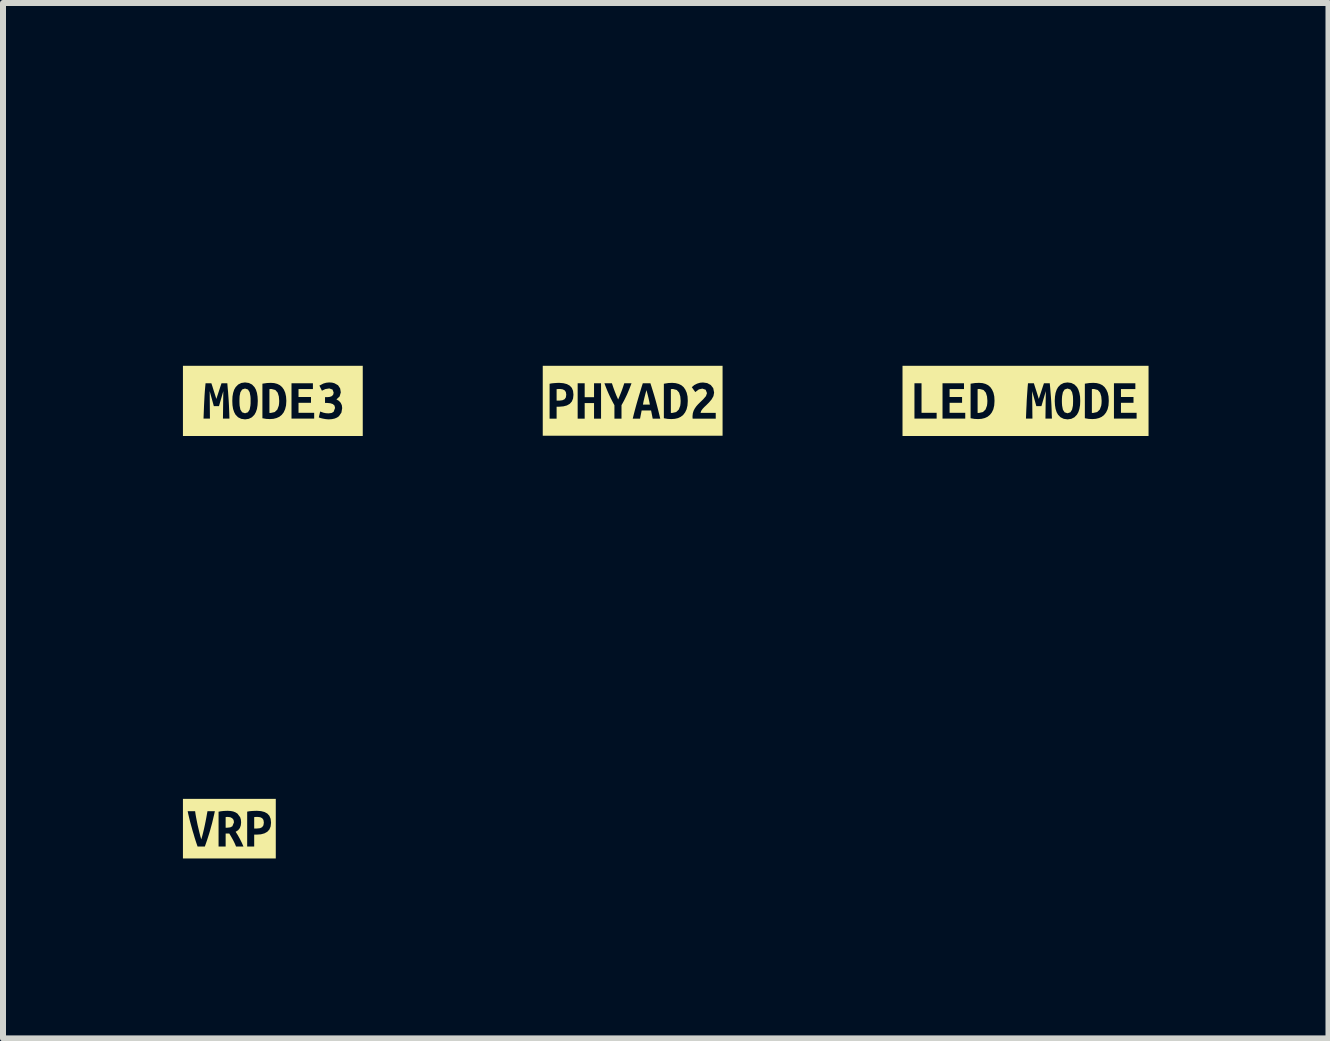
<source format=kicad_pcb>
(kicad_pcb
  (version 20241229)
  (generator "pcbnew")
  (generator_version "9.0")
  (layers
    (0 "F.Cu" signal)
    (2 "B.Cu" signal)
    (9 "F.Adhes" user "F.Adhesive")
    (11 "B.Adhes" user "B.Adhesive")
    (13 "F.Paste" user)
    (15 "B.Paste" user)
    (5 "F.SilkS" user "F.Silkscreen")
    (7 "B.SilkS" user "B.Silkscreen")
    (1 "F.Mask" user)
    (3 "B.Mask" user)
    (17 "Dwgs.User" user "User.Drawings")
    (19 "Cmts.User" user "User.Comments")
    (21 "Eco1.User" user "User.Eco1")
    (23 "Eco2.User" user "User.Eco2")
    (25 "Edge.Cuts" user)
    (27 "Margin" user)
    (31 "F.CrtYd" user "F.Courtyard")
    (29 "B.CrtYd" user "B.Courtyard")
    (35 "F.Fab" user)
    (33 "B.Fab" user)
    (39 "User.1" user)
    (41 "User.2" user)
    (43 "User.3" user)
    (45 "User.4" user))
  (footprint "kibuzzard-65A8FE58"
    (layer "F.Cu")
    (at 7.498 3.632)
    (property "Reference" "kibuzzard-65A8FE58" (at 0 -3.631 0) (layer "F.SilkS") (effects (font (size 0.001 0.001) (thickness 0.15))))
    (attr board_only exclude_from_pos_files exclude_from_bom)
    (fp_poly (pts (xy 0.23 -0.178) (xy 0.212 -0.114) (xy 0.197 -0.055) (xy 0.183 0.003) (xy 0.171 0.064) (xy 0.287 0.064) (xy 0.275 0.003) (xy 0.262 -0.055) (xy 0.247 -0.114) (xy 0.23 -0.178)) (stroke (width 0) (type solid)) (fill yes) (layer "F.SilkS"))
    (fp_poly (pts (xy -1.21 -0.197) (xy -1.239 -0.196) (xy -1.268 -0.194) (xy -1.268 -0.003) (xy -1.22 -0.003) (xy -1.171 -0.009) (xy -1.135 -0.026) (xy -1.114 -0.056) (xy -1.107 -0.102) (xy -1.114 -0.146) (xy -1.135 -0.175) (xy -1.168 -0.191) (xy -1.21 -0.197)) (stroke (width 0) (type solid)) (fill yes) (layer "F.SilkS"))
    (fp_poly (pts (xy 0.637 0.202) (xy 0.648 0.203) (xy 0.658 0.203) (xy 0.725 0.188) (xy 0.769 0.146) (xy 0.793 0.083) (xy 0.798 0.044) (xy 0.8 0.002) (xy 0.794 -0.072) (xy 0.774 -0.136) (xy 0.735 -0.18) (xy 0.672 -0.197) (xy 0.654 -0.196) (xy 0.637 -0.194) (xy 0.637 0.202)) (stroke (width 0) (type solid)) (fill yes) (layer "F.SilkS"))
    (fp_poly (pts (xy -1.42 -0.583) (xy -1.499 -0.583) (xy -1.499 0.583) (xy -1.42 0.583) (xy -1.268 0.583) (xy -1.268 0.298) (xy -1.385 0.298) (xy -1.385 -0.284) (xy -1.346 -0.291) (xy -1.303 -0.295) (xy -1.26 -0.298) (xy -1.223 -0.299) (xy -1.154 -0.293) (xy -1.096 -0.278) (xy -1.049 -0.252) (xy -1.014 -0.215) (xy -0.994 -0.165) (xy -0.987 -0.101) (xy -0.994 -0.037) (xy -1.015 0.013) (xy -1.049 0.051) (xy -1.097 0.078) (xy -1.155 0.093) (xy -1.226 0.099) (xy -1.268 0.099) (xy -1.268 0.298) (xy -1.268 0.583) (xy -0.527 0.583) (xy -0.527 0.298) (xy -0.644 0.298) (xy -0.644 0.038) (xy -0.8 0.038) (xy -0.8 0.298) (xy -0.917 0.298) (xy -0.917 -0.292) (xy -0.8 -0.292) (xy -0.8 -0.06) (xy -0.644 -0.06) (xy -0.644 -0.292) (xy -0.527 -0.292) (xy -0.527 0.298) (xy -0.527 0.583) (xy -0.186 0.583) (xy -0.186 0.298) (xy -0.304 0.298) (xy -0.304 0.074) (xy -0.337 0.013) (xy -0.368 -0.047) (xy -0.396 -0.107) (xy -0.422 -0.166) (xy -0.447 -0.228) (xy -0.471 -0.292) (xy -0.346 -0.292) (xy -0.323 -0.223) (xy -0.297 -0.152) (xy -0.27 -0.084) (xy -0.242 -0.022) (xy -0.218 -0.078) (xy -0.19 -0.148) (xy -0.176 -0.185) (xy -0.163 -0.223) (xy -0.14 -0.292) (xy -0.019 -0.292) (xy -0.037 -0.244) (xy -0.055 -0.198) (xy -0.074 -0.152) (xy -0.093 -0.107) (xy -0.114 -0.063) (xy -0.136 -0.018) (xy -0.16 0.027) (xy -0.186 0.073) (xy -0.186 0.298) (xy -0.186 0.583) (xy 0.334 0.583) (xy 0.334 0.298) (xy 0.307 0.161) (xy 0.15 0.161) (xy 0.123 0.298) (xy 0.001 0.298) (xy 0.018 0.229) (xy 0.035 0.163) (xy 0.052 0.1) (xy 0.069 0.039) (xy 0.086 -0.02) (xy 0.107 -0.091) (xy 0.128 -0.16) (xy 0.148 -0.227) (xy 0.169 -0.292) (xy 0.296 -0.292) (xy 0.317 -0.226) (xy 0.338 -0.158) (xy 0.359 -0.089) (xy 0.38 -0.017) (xy 0.396 0.042) (xy 0.412 0.103) (xy 0.428 0.166) (xy 0.444 0.231) (xy 0.46 0.298) (xy 0.334 0.298) (xy 0.334 0.583) (xy 0.646 0.583) (xy 0.646 0.305) (xy 0.584 0.302) (xy 0.52 0.291) (xy 0.52 -0.284) (xy 0.595 -0.296) (xy 0.661 -0.299) (xy 0.717 -0.294) (xy 0.767 -0.281) (xy 0.812 -0.259) (xy 0.849 -0.228) (xy 0.878 -0.186) (xy 0.901 -0.134) (xy 0.915 -0.072) (xy 0.919 0.002) (xy 0.914 0.078) (xy 0.899 0.142) (xy 0.874 0.194) (xy 0.842 0.236) (xy 0.802 0.267) (xy 0.756 0.289) (xy 0.703 0.301) (xy 0.646 0.305) (xy 0.646 0.583) (xy 1.385 0.583) (xy 1.385 0.298) (xy 1 0.298) (xy 0.998 0.274) (xy 0.998 0.254) (xy 1.003 0.208) (xy 1.016 0.166) (xy 1.036 0.128) (xy 1.061 0.092) (xy 1.089 0.06) (xy 1.119 0.03) (xy 1.149 0.001) (xy 1.177 -0.026) (xy 1.222 -0.078) (xy 1.239 -0.128) (xy 1.217 -0.184) (xy 1.162 -0.203) (xy 1.104 -0.19) (xy 1.044 -0.145) (xy 0.986 -0.227) (xy 1.027 -0.262) (xy 1.074 -0.286) (xy 1.124 -0.301) (xy 1.173 -0.305) (xy 1.243 -0.295) (xy 1.302 -0.263) (xy 1.343 -0.211) (xy 1.358 -0.137) (xy 1.347 -0.078) (xy 1.316 -0.023) (xy 1.273 0.028) (xy 1.225 0.076) (xy 1.196 0.103) (xy 1.166 0.135) (xy 1.142 0.169) (xy 1.132 0.201) (xy 1.385 0.201) (xy 1.385 0.298) (xy 1.385 0.583) (xy 1.42 0.583) (xy 1.499 0.583) (xy 1.499 -0.583) (xy 1.42 -0.583) (xy -1.42 -0.583)) (stroke (width 0) (type solid)) (fill yes) (layer "F.SilkS")))
  (footprint "kibuzzard-659BF078"
    (layer "F.Cu")
    (at 0.774 10.766)
    (property "Reference" "kibuzzard-659BF078" (at 0 -3.545 0) (layer "F.SilkS") (effects (font (size 0.001 0.001) (thickness 0.15))))
    (attr board_only exclude_from_pos_files exclude_from_bom)
    (fp_poly (pts (xy 0.077 -0.106) (xy 0.07 -0.146) (xy 0.048 -0.174) (xy 0.015 -0.191) (xy -0.027 -0.196) (xy -0.043 -0.196) (xy -0.062 -0.193) (xy -0.062 -0.016) (xy -0.037 -0.016) (xy 0.015 -0.022) (xy 0.05 -0.04) (xy 0.077 -0.106)) (stroke (width 0) (type solid)) (fill yes) (layer "F.SilkS"))
    (fp_poly (pts (xy 0.472 -0.196) (xy 0.443 -0.196) (xy 0.414 -0.193) (xy 0.414 -0.003) (xy 0.461 -0.003) (xy 0.511 -0.008) (xy 0.546 -0.025) (xy 0.568 -0.056) (xy 0.575 -0.102) (xy 0.568 -0.146) (xy 0.547 -0.175) (xy 0.514 -0.191) (xy 0.472 -0.196)) (stroke (width 0) (type solid)) (fill yes) (layer "F.SilkS"))
    (fp_poly (pts (xy -0.695 -0.497) (xy -0.774 -0.497) (xy -0.774 0.497) (xy -0.695 0.497) (xy -0.53 0.497) (xy -0.53 0.298) (xy -0.554 0.228) (xy -0.579 0.15) (xy -0.595 0.094) (xy -0.612 0.039) (xy -0.627 -0.016) (xy -0.642 -0.07) (xy -0.656 -0.122) (xy -0.668 -0.171) (xy -0.684 -0.238) (xy -0.695 -0.291) (xy -0.571 -0.291) (xy -0.564 -0.242) (xy -0.554 -0.185) (xy -0.542 -0.124) (xy -0.529 -0.06) (xy -0.514 0.003) (xy -0.499 0.066) (xy -0.484 0.125) (xy -0.468 0.178) (xy -0.453 0.126) (xy -0.438 0.067) (xy -0.423 0.004) (xy -0.409 -0.06) (xy -0.396 -0.123) (xy -0.384 -0.185) (xy -0.374 -0.242) (xy -0.365 -0.291) (xy -0.242 -0.291) (xy -0.255 -0.231) (xy -0.271 -0.164) (xy -0.288 -0.092) (xy -0.309 -0.016) (xy -0.323 0.036) (xy -0.339 0.089) (xy -0.356 0.142) (xy -0.373 0.195) (xy -0.391 0.247) (xy -0.409 0.298) (xy -0.53 0.298) (xy -0.53 0.497) (xy 0.235 0.497) (xy 0.235 0.298) (xy 0.112 0.298) (xy 0.088 0.242) (xy 0.061 0.188) (xy 0.031 0.135) (xy -0.001 0.081) (xy -0.062 0.081) (xy -0.062 0.298) (xy -0.18 0.298) (xy -0.18 -0.283) (xy -0.142 -0.29) (xy -0.1 -0.295) (xy -0.06 -0.297) (xy -0.027 -0.298) (xy 0.021 -0.295) (xy 0.064 -0.287) (xy 0.102 -0.272) (xy 0.135 -0.251) (xy 0.18 -0.191) (xy 0.192 -0.151) (xy 0.196 -0.105) (xy 0.191 -0.056) (xy 0.175 -0.011) (xy 0.147 0.025) (xy 0.105 0.052) (xy 0.14 0.107) (xy 0.175 0.17) (xy 0.208 0.236) (xy 0.235 0.298) (xy 0.235 0.497) (xy 0.414 0.497) (xy 0.414 0.298) (xy 0.297 0.298) (xy 0.297 -0.284) (xy 0.335 -0.291) (xy 0.379 -0.295) (xy 0.421 -0.297) (xy 0.459 -0.298) (xy 0.528 -0.293) (xy 0.586 -0.278) (xy 0.633 -0.252) (xy 0.667 -0.215) (xy 0.688 -0.164) (xy 0.695 -0.101) (xy 0.688 -0.037) (xy 0.667 0.014) (xy 0.632 0.052) (xy 0.585 0.078) (xy 0.526 0.094) (xy 0.456 0.099) (xy 0.414 0.099) (xy 0.414 0.298) (xy 0.414 0.497) (xy 0.695 0.497) (xy 0.774 0.497) (xy 0.774 -0.497) (xy 0.695 -0.497) (xy -0.695 -0.497)) (stroke (width 0) (type solid)) (fill yes) (layer "F.SilkS")))
  (footprint "kibuzzard-65A8FDF2"
    (layer "F.Cu")
    (at 1.499 3.634)
    (property "Reference" "kibuzzard-65A8FDF2" (at 0 -3.633 0) (layer "F.SilkS") (effects (font (size 0.001 0.001) (thickness 0.15))))
    (attr board_only exclude_from_pos_files exclude_from_bom)
    (fp_poly (pts (xy -0.057 0.2) (xy -0.047 0.201) (xy -0.036 0.201) (xy 0.031 0.186) (xy 0.075 0.144) (xy 0.099 0.08) (xy 0.104 0.042) (xy 0.106 0) (xy 0.1 -0.074) (xy 0.08 -0.138) (xy 0.041 -0.182) (xy -0.023 -0.199) (xy -0.04 -0.199) (xy -0.057 -0.196) (xy -0.057 0.2)) (stroke (width 0) (type solid)) (fill yes) (layer "F.SilkS"))
    (fp_poly (pts (xy -0.557 0) (xy -0.556 0.042) (xy -0.554 0.08) (xy -0.541 0.146) (xy -0.512 0.19) (xy -0.464 0.206) (xy -0.416 0.19) (xy -0.387 0.145) (xy -0.374 0.08) (xy -0.371 0.041) (xy -0.371 0) (xy -0.371 -0.042) (xy -0.374 -0.08) (xy -0.387 -0.146) (xy -0.415 -0.19) (xy -0.464 -0.206) (xy -0.512 -0.19) (xy -0.541 -0.145) (xy -0.554 -0.08) (xy -0.556 -0.041) (xy -0.557 0)) (stroke (width 0) (type solid)) (fill yes) (layer "F.SilkS"))
    (fp_poly (pts (xy -1.301 -0.585) (xy -1.499 -0.585) (xy -1.499 0.585) (xy -1.301 0.585) (xy -0.724 0.585) (xy -0.724 0.295) (xy -0.832 0.295) (xy -0.826 -0.163) (xy -0.898 0.087) (xy -0.984 0.087) (xy -1.053 -0.163) (xy -1.049 0.295) (xy -1.156 0.295) (xy -1.153 0.221) (xy -1.15 0.145) (xy -1.147 0.067) (xy -1.143 -0.01) (xy -1.139 -0.086) (xy -1.134 -0.16) (xy -1.128 -0.23) (xy -1.122 -0.294) (xy -1.025 -0.294) (xy -1.008 -0.243) (xy -0.987 -0.175) (xy -0.964 -0.102) (xy -0.942 -0.033) (xy -0.918 -0.106) (xy -0.894 -0.179) (xy -0.873 -0.244) (xy -0.856 -0.294) (xy -0.759 -0.294) (xy -0.753 -0.218) (xy -0.746 -0.144) (xy -0.741 -0.071) (xy -0.736 0.001) (xy -0.732 0.074) (xy -0.729 0.146) (xy -0.726 0.22) (xy -0.724 0.295) (xy -0.724 0.585) (xy -0.463 0.585) (xy -0.463 0.308) (xy -0.527 0.299) (xy -0.58 0.273) (xy -0.622 0.23) (xy -0.645 0.187) (xy -0.663 0.134) (xy -0.673 0.072) (xy -0.676 0) (xy -0.673 -0.072) (xy -0.662 -0.134) (xy -0.645 -0.187) (xy -0.62 -0.23) (xy -0.578 -0.273) (xy -0.526 -0.299) (xy -0.464 -0.308) (xy -0.4 -0.299) (xy -0.347 -0.273) (xy -0.306 -0.23) (xy -0.282 -0.187) (xy -0.265 -0.134) (xy -0.255 -0.072) (xy -0.251 0) (xy -0.255 0.072) (xy -0.265 0.134) (xy -0.283 0.187) (xy -0.307 0.23) (xy -0.349 0.273) (xy -0.401 0.299) (xy -0.463 0.308) (xy -0.463 0.585) (xy -0.049 0.585) (xy -0.049 0.303) (xy -0.11 0.3) (xy -0.174 0.289) (xy -0.174 -0.287) (xy -0.099 -0.298) (xy -0.033 -0.301) (xy 0.022 -0.297) (xy 0.073 -0.284) (xy 0.117 -0.262) (xy 0.154 -0.23) (xy 0.184 -0.188) (xy 0.206 -0.137) (xy 0.22 -0.074) (xy 0.225 0) (xy 0.22 0.076) (xy 0.204 0.14) (xy 0.18 0.192) (xy 0.148 0.233) (xy 0.108 0.265) (xy 0.061 0.286) (xy 0.009 0.299) (xy -0.049 0.303) (xy -0.049 0.585) (xy 0.311 0.585) (xy 0.311 0.295) (xy 0.311 -0.294) (xy 0.668 -0.294) (xy 0.668 -0.197) (xy 0.428 -0.197) (xy 0.428 -0.065) (xy 0.636 -0.065) (xy 0.636 0.032) (xy 0.428 0.032) (xy 0.428 0.198) (xy 0.689 0.198) (xy 0.689 0.295) (xy 0.311 0.295) (xy 0.311 0.585) (xy 0.93 0.585) (xy 0.93 0.308) (xy 0.883 0.304) (xy 0.837 0.296) (xy 0.795 0.286) (xy 0.766 0.275) (xy 0.789 0.177) (xy 0.845 0.197) (xy 0.884 0.205) (xy 0.929 0.208) (xy 0.98 0.201) (xy 1.013 0.182) (xy 1.037 0.118) (xy 1.028 0.078) (xy 1 0.053) (xy 0.958 0.039) (xy 0.906 0.034) (xy 0.87 0.034) (xy 0.87 -0.063) (xy 0.913 -0.063) (xy 0.95 -0.067) (xy 0.982 -0.079) (xy 1.005 -0.102) (xy 1.014 -0.138) (xy 0.995 -0.189) (xy 0.941 -0.208) (xy 0.875 -0.197) (xy 0.818 -0.17) (xy 0.776 -0.255) (xy 0.844 -0.29) (xy 0.89 -0.303) (xy 0.94 -0.308) (xy 0.986 -0.305) (xy 1.026 -0.295) (xy 1.087 -0.261) (xy 1.122 -0.208) (xy 1.133 -0.142) (xy 1.113 -0.074) (xy 1.06 -0.025) (xy 1.101 -0.001) (xy 1.131 0.031) (xy 1.15 0.072) (xy 1.156 0.12) (xy 1.143 0.195) (xy 1.102 0.255) (xy 1.071 0.277) (xy 1.032 0.294) (xy 0.985 0.304) (xy 0.93 0.308) (xy 0.93 0.585) (xy 1.301 0.585) (xy 1.499 0.585) (xy 1.499 -0.585) (xy 1.301 -0.585) (xy -1.301 -0.585)) (stroke (width 0) (type solid)) (fill yes) (layer "F.SilkS")))
  (footprint "kibuzzard-65A8FF90"
    (layer "F.Cu")
    (at 14.048 3.634)
    (property "Reference" "kibuzzard-65A8FF90" (at 0 -3.633 0) (layer "F.SilkS") (effects (font (size 0.001 0.001) (thickness 0.15))))
    (attr board_only exclude_from_pos_files exclude_from_bom)
    (fp_poly (pts (xy -0.799 0.2) (xy -0.788 0.201) (xy -0.778 0.201) (xy -0.711 0.186) (xy -0.667 0.144) (xy -0.643 0.08) (xy -0.638 0.042) (xy -0.636 0) (xy -0.642 -0.074) (xy -0.662 -0.138) (xy -0.701 -0.182) (xy -0.764 -0.199) (xy -0.782 -0.199) (xy -0.799 -0.196) (xy -0.799 0.2)) (stroke (width 0) (type solid)) (fill yes) (layer "F.SilkS"))
    (fp_poly (pts (xy 1.106 0.2) (xy 1.117 0.201) (xy 1.127 0.201) (xy 1.194 0.186) (xy 1.238 0.144) (xy 1.262 0.08) (xy 1.267 0.042) (xy 1.269 0) (xy 1.263 -0.074) (xy 1.243 -0.138) (xy 1.204 -0.182) (xy 1.141 -0.199) (xy 1.123 -0.199) (xy 1.106 -0.196) (xy 1.106 0.2)) (stroke (width 0) (type solid)) (fill yes) (layer "F.SilkS"))
    (fp_poly (pts (xy 0.606 0) (xy 0.607 0.042) (xy 0.61 0.08) (xy 0.623 0.146) (xy 0.651 0.19) (xy 0.7 0.206) (xy 0.748 0.19) (xy 0.776 0.145) (xy 0.79 0.08) (xy 0.792 0.041) (xy 0.793 0) (xy 0.792 -0.042) (xy 0.79 -0.08) (xy 0.776 -0.146) (xy 0.748 -0.19) (xy 0.7 -0.206) (xy 0.651 -0.19) (xy 0.623 -0.145) (xy 0.61 -0.08) (xy 0.607 -0.041) (xy 0.606 0)) (stroke (width 0) (type solid)) (fill yes) (layer "F.SilkS"))
    (fp_poly (pts (xy -1.852 -0.585) (xy -2.051 -0.585) (xy -2.051 0.585) (xy -1.852 0.585) (xy -1.482 0.585) (xy -1.482 0.295) (xy -1.852 0.295) (xy -1.852 -0.294) (xy -1.734 -0.294) (xy -1.734 0.198) (xy -1.482 0.198) (xy -1.482 0.295) (xy -1.482 0.585) (xy -1.384 0.585) (xy -1.384 0.295) (xy -1.384 -0.294) (xy -1.026 -0.294) (xy -1.026 -0.197) (xy -1.266 -0.197) (xy -1.266 -0.065) (xy -1.058 -0.065) (xy -1.058 0.032) (xy -1.266 0.032) (xy -1.266 0.198) (xy -1.005 0.198) (xy -1.005 0.295) (xy -1.384 0.295) (xy -1.384 0.585) (xy -0.79 0.585) (xy -0.79 0.303) (xy -0.852 0.3) (xy -0.916 0.289) (xy -0.916 -0.287) (xy -0.841 -0.298) (xy -0.775 -0.301) (xy -0.719 -0.297) (xy -0.669 -0.284) (xy -0.624 -0.262) (xy -0.587 -0.23) (xy -0.558 -0.188) (xy -0.535 -0.137) (xy -0.521 -0.074) (xy -0.517 0) (xy -0.522 0.076) (xy -0.537 0.14) (xy -0.562 0.192) (xy -0.594 0.233) (xy -0.634 0.265) (xy -0.68 0.286) (xy -0.733 0.299) (xy -0.79 0.303) (xy -0.79 0.585) (xy 0.44 0.585) (xy 0.44 0.295) (xy 0.332 0.295) (xy 0.338 -0.163) (xy 0.265 0.087) (xy 0.18 0.087) (xy 0.11 -0.163) (xy 0.115 0.295) (xy 0.007 0.295) (xy 0.01 0.221) (xy 0.013 0.145) (xy 0.017 0.067) (xy 0.02 -0.01) (xy 0.025 -0.086) (xy 0.03 -0.16) (xy 0.035 -0.23) (xy 0.041 -0.294) (xy 0.139 -0.294) (xy 0.155 -0.243) (xy 0.177 -0.175) (xy 0.2 -0.102) (xy 0.221 -0.033) (xy 0.245 -0.106) (xy 0.269 -0.179) (xy 0.29 -0.244) (xy 0.307 -0.294) (xy 0.404 -0.294) (xy 0.411 -0.218) (xy 0.417 -0.144) (xy 0.423 -0.071) (xy 0.428 0.001) (xy 0.432 0.074) (xy 0.435 0.146) (xy 0.437 0.22) (xy 0.44 0.295) (xy 0.44 0.585) (xy 0.701 0.585) (xy 0.701 0.308) (xy 0.637 0.299) (xy 0.584 0.273) (xy 0.542 0.23) (xy 0.518 0.187) (xy 0.501 0.134) (xy 0.491 0.072) (xy 0.487 0) (xy 0.491 -0.072) (xy 0.501 -0.134) (xy 0.519 -0.187) (xy 0.543 -0.23) (xy 0.586 -0.273) (xy 0.638 -0.299) (xy 0.7 -0.308) (xy 0.763 -0.299) (xy 0.816 -0.273) (xy 0.858 -0.23) (xy 0.881 -0.187) (xy 0.898 -0.134) (xy 0.909 -0.072) (xy 0.912 0) (xy 0.909 0.072) (xy 0.898 0.134) (xy 0.881 0.187) (xy 0.857 0.23) (xy 0.815 0.273) (xy 0.763 0.299) (xy 0.701 0.308) (xy 0.701 0.585) (xy 1.115 0.585) (xy 1.115 0.303) (xy 1.053 0.3) (xy 0.989 0.289) (xy 0.989 -0.287) (xy 1.064 -0.298) (xy 1.13 -0.301) (xy 1.186 -0.297) (xy 1.236 -0.284) (xy 1.281 -0.262) (xy 1.318 -0.23) (xy 1.347 -0.188) (xy 1.37 -0.137) (xy 1.384 -0.074) (xy 1.388 0) (xy 1.383 0.076) (xy 1.368 0.14) (xy 1.343 0.192) (xy 1.311 0.233) (xy 1.271 0.265) (xy 1.225 0.286) (xy 1.172 0.299) (xy 1.115 0.303) (xy 1.115 0.585) (xy 1.474 0.585) (xy 1.474 0.295) (xy 1.474 -0.294) (xy 1.831 -0.294) (xy 1.831 -0.197) (xy 1.591 -0.197) (xy 1.591 -0.065) (xy 1.8 -0.065) (xy 1.8 0.032) (xy 1.591 0.032) (xy 1.591 0.198) (xy 1.852 0.198) (xy 1.852 0.295) (xy 1.474 0.295) (xy 1.474 0.585) (xy 1.852 0.585) (xy 2.051 0.585) (xy 2.051 -0.585) (xy 1.852 -0.585) (xy -1.852 -0.585)) (stroke (width 0) (type solid)) (fill yes) (layer "F.SilkS")))
  (gr_rect
    (start -3 -3)
    (end 19.099 14.262)
    (stroke (width 0.1) (type default))
    (fill no)
    (layer "Edge.Cuts")))
</source>
